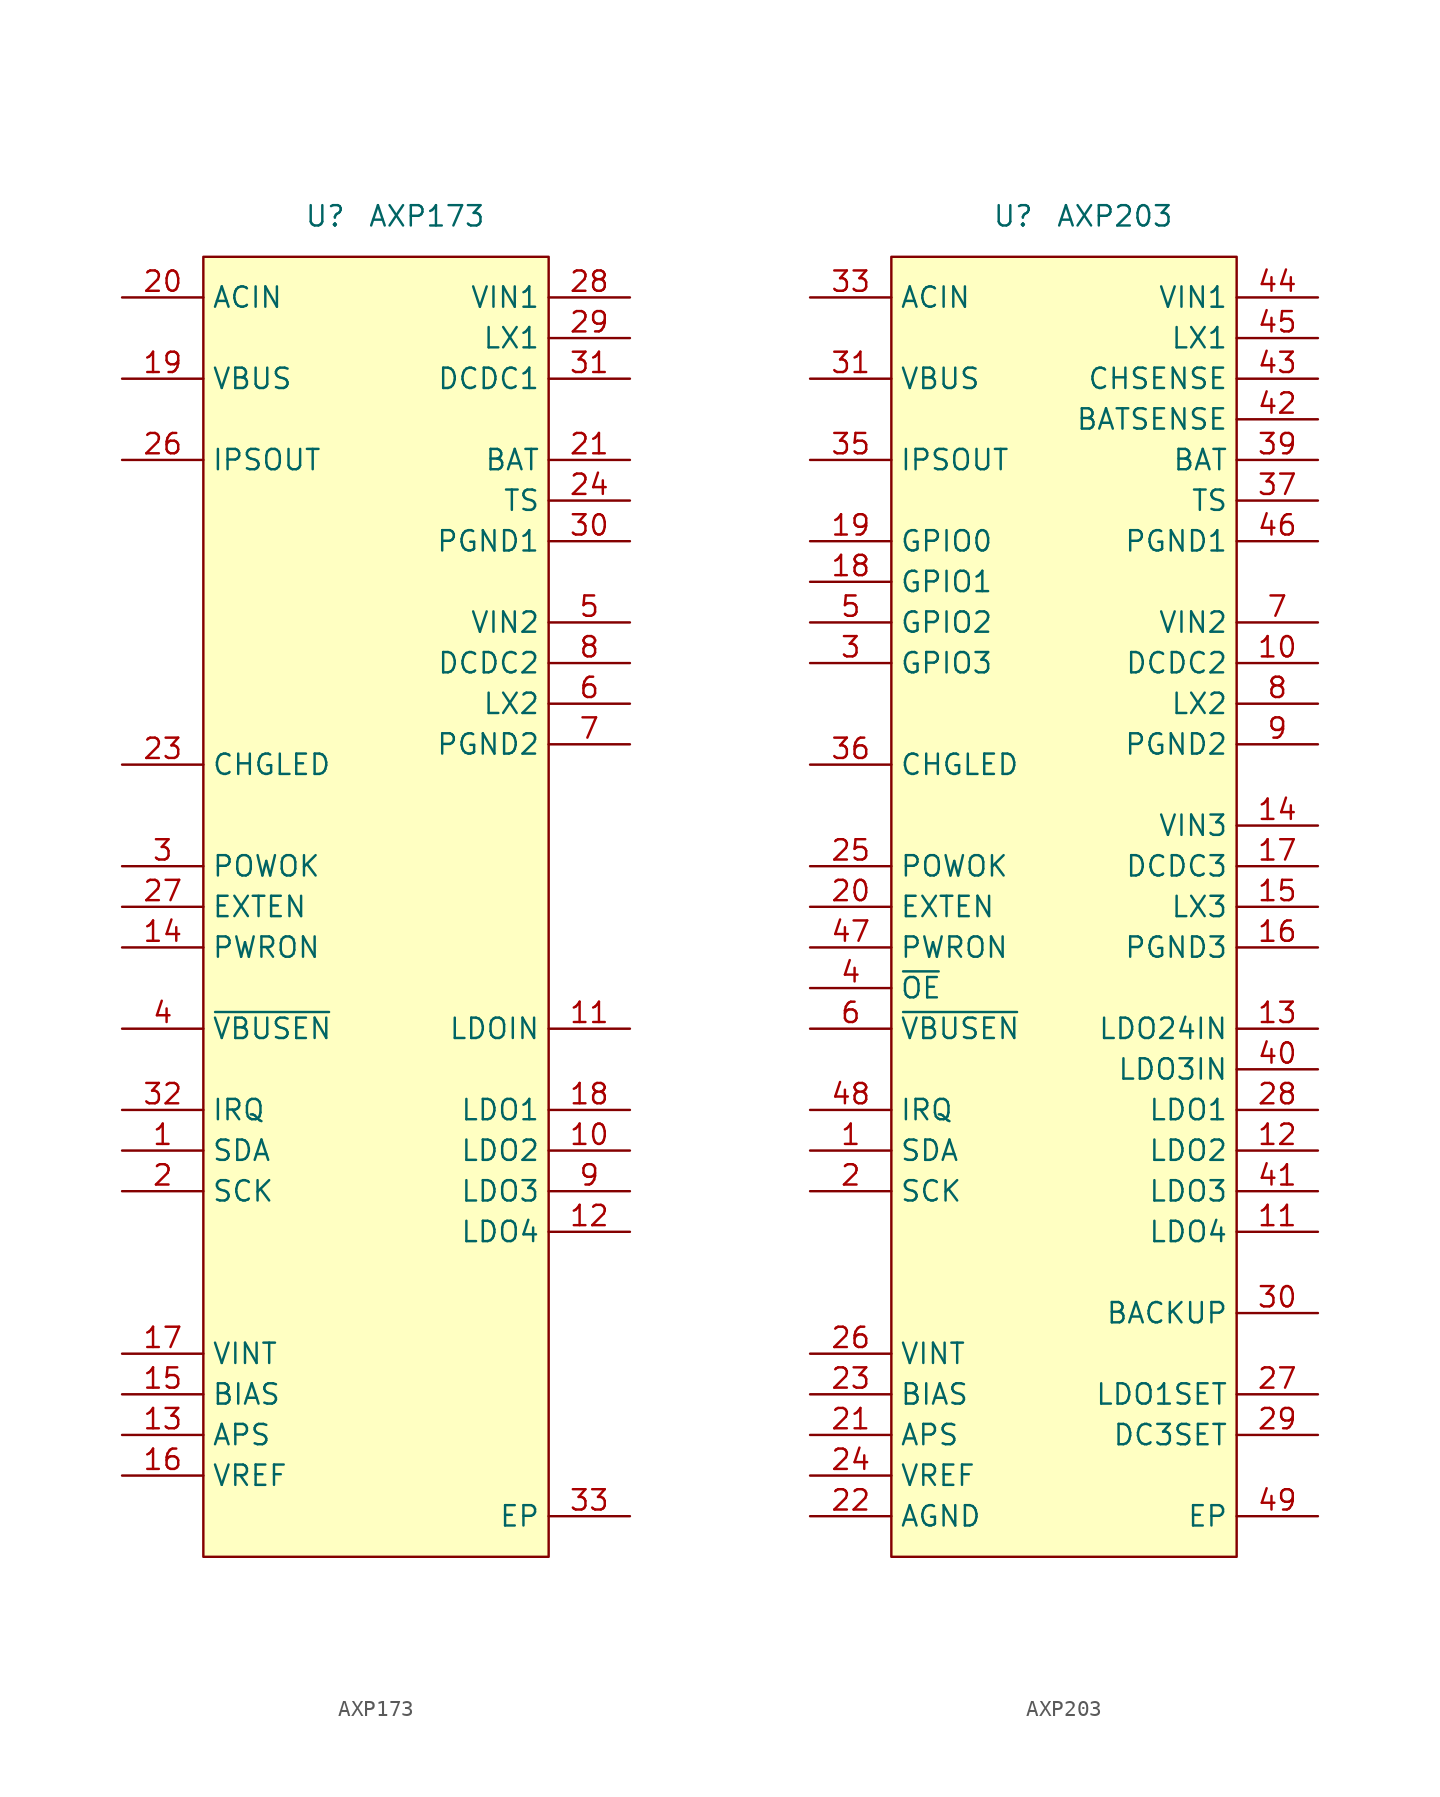
<source format=kicad_sym>
(kicad_symbol_lib
  (version 20210619)
  (generator kicad_symbol_editor)
  (symbol "xpowers:AXP173"
    (property "Reference" "U"
      (at -2.54 2.54 0)
      (effects (font (size 1.27 1.27))))
    (property "Value" "AXP173"
      (at 3.81 2.54 0)
      (effects (font (size 1.27 1.27))))
    (symbol "AXP173_0_1"
      (rectangle (start -10.16 0) (end 11.43 -81.28) (stroke (width 0.152)) (fill (type background))))
    (symbol "AXP173_1_0"
      (pin passive line (at -15.24 -55.88 0) (length 5.08) (name "SDA" (effects (font (size 1.27 1.27)))) (number "1" (effects (font (size 1.27 1.27)))))
      (pin passive line (at 16.51 -55.88 180) (length 5.08) (name "LDO2" (effects (font (size 1.27 1.27)))) (number "10" (effects (font (size 1.27 1.27)))))
      (pin passive line (at 16.51 -48.26 180) (length 5.08) (name "LDOIN" (effects (font (size 1.27 1.27)))) (number "11" (effects (font (size 1.27 1.27)))))
      (pin passive line (at 16.51 -60.96 180) (length 5.08) (name "LDO4" (effects (font (size 1.27 1.27)))) (number "12" (effects (font (size 1.27 1.27)))))
      (pin passive line (at -15.24 -73.66 0) (length 5.08) (name "APS" (effects (font (size 1.27 1.27)))) (number "13" (effects (font (size 1.27 1.27)))))
      (pin passive line (at -15.24 -43.18 0) (length 5.08) (name "PWRON" (effects (font (size 1.27 1.27)))) (number "14" (effects (font (size 1.27 1.27)))))
      (pin passive line (at -15.24 -71.12 0) (length 5.08) (name "BIAS" (effects (font (size 1.27 1.27)))) (number "15" (effects (font (size 1.27 1.27)))))
      (pin passive line (at -15.24 -76.2 0) (length 5.08) (name "VREF" (effects (font (size 1.27 1.27)))) (number "16" (effects (font (size 1.27 1.27)))))
      (pin passive line (at -15.24 -68.58 0) (length 5.08) (name "VINT" (effects (font (size 1.27 1.27)))) (number "17" (effects (font (size 1.27 1.27)))))
      (pin passive line (at 16.51 -53.34 180) (length 5.08) (name "LDO1" (effects (font (size 1.27 1.27)))) (number "18" (effects (font (size 1.27 1.27)))))
      (pin passive line (at -15.24 -7.62 0) (length 5.08) (name "VBUS" (effects (font (size 1.27 1.27)))) (number "19" (effects (font (size 1.27 1.27)))))
      (pin passive line (at -15.24 -58.42 0) (length 5.08) (name "SCK" (effects (font (size 1.27 1.27)))) (number "2" (effects (font (size 1.27 1.27)))))
      (pin passive line (at -15.24 -2.54 0) (length 5.08) (name "ACIN" (effects (font (size 1.27 1.27)))) (number "20" (effects (font (size 1.27 1.27)))))
      (pin passive line (at 16.51 -12.7 180) (length 5.08) (name "BAT" (effects (font (size 1.27 1.27)))) (number "21" (effects (font (size 1.27 1.27)))))
      (pin passive line (at 16.51 -12.7 180) (length 5.08) hide (name "BAT" (effects (font (size 1.27 1.27)))) (number "22" (effects (font (size 1.27 1.27)))))
      (pin passive line (at -15.24 -31.75 0) (length 5.08) (name "CHGLED" (effects (font (size 1.27 1.27)))) (number "23" (effects (font (size 1.27 1.27)))))
      (pin passive line (at 16.51 -15.24 180) (length 5.08) (name "TS" (effects (font (size 1.27 1.27)))) (number "24" (effects (font (size 1.27 1.27)))))
      (pin passive line (at -15.24 -12.7 0) (length 5.08) hide (name "IPSOUT" (effects (font (size 1.27 1.27)))) (number "25" (effects (font (size 1.27 1.27)))))
      (pin passive line (at -15.24 -12.7 0) (length 5.08) (name "IPSOUT" (effects (font (size 1.27 1.27)))) (number "26" (effects (font (size 1.27 1.27)))))
      (pin passive line (at -15.24 -40.64 0) (length 5.08) (name "EXTEN" (effects (font (size 1.27 1.27)))) (number "27" (effects (font (size 1.27 1.27)))))
      (pin passive line (at 16.51 -2.54 180) (length 5.08) (name "VIN1" (effects (font (size 1.27 1.27)))) (number "28" (effects (font (size 1.27 1.27)))))
      (pin passive line (at 16.51 -5.08 180) (length 5.08) (name "LX1" (effects (font (size 1.27 1.27)))) (number "29" (effects (font (size 1.27 1.27)))))
      (pin passive line (at -15.24 -38.1 0) (length 5.08) (name "POWOK" (effects (font (size 1.27 1.27)))) (number "3" (effects (font (size 1.27 1.27)))))
      (pin passive line (at 16.51 -17.78 180) (length 5.08) (name "PGND1" (effects (font (size 1.27 1.27)))) (number "30" (effects (font (size 1.27 1.27)))))
      (pin passive line (at 16.51 -7.62 180) (length 5.08) (name "DCDC1" (effects (font (size 1.27 1.27)))) (number "31" (effects (font (size 1.27 1.27)))))
      (pin passive line (at -15.24 -53.34 0) (length 5.08) (name "IRQ" (effects (font (size 1.27 1.27)))) (number "32" (effects (font (size 1.27 1.27)))))
      (pin passive line (at 16.51 -78.74 180) (length 5.08) (name "EP" (effects (font (size 1.27 1.27)))) (number "33" (effects (font (size 1.27 1.27)))))
      (pin passive line (at -15.24 -48.26 0) (length 5.08) (name "~{VBUSEN}" (effects (font (size 1.27 1.27)))) (number "4" (effects (font (size 1.27 1.27)))))
      (pin passive line (at 16.51 -22.86 180) (length 5.08) (name "VIN2" (effects (font (size 1.27 1.27)))) (number "5" (effects (font (size 1.27 1.27)))))
      (pin passive line (at 16.51 -27.94 180) (length 5.08) (name "LX2" (effects (font (size 1.27 1.27)))) (number "6" (effects (font (size 1.27 1.27)))))
      (pin passive line (at 16.51 -30.48 180) (length 5.08) (name "PGND2" (effects (font (size 1.27 1.27)))) (number "7" (effects (font (size 1.27 1.27)))))
      (pin passive line (at 16.51 -25.4 180) (length 5.08) (name "DCDC2" (effects (font (size 1.27 1.27)))) (number "8" (effects (font (size 1.27 1.27)))))
      (pin passive line (at 16.51 -58.42 180) (length 5.08) (name "LDO3" (effects (font (size 1.27 1.27)))) (number "9" (effects (font (size 1.27 1.27)))))))
  (symbol "xpowers:AXP203"
    (property "Reference" "U"
      (at -2.54 2.54 0)
      (effects (font (size 1.27 1.27))))
    (property "Value" "AXP203"
      (at 3.81 2.54 0)
      (effects (font (size 1.27 1.27))))
    (symbol "AXP203_0_1"
      (rectangle (start -10.16 0) (end 11.43 -81.28) (stroke (width 0.152)) (fill (type background))))
    (symbol "AXP203_1_0"
      (pin passive line (at -15.24 -55.88 0) (length 5.08) (name "SDA" (effects (font (size 1.27 1.27)))) (number "1" (effects (font (size 1.27 1.27)))))
      (pin passive line (at 16.51 -25.4 180) (length 5.08) (name "DCDC2" (effects (font (size 1.27 1.27)))) (number "10" (effects (font (size 1.27 1.27)))))
      (pin passive line (at 16.51 -60.96 180) (length 5.08) (name "LDO4" (effects (font (size 1.27 1.27)))) (number "11" (effects (font (size 1.27 1.27)))))
      (pin passive line (at 16.51 -55.88 180) (length 5.08) (name "LDO2" (effects (font (size 1.27 1.27)))) (number "12" (effects (font (size 1.27 1.27)))))
      (pin passive line (at 16.51 -48.26 180) (length 5.08) (name "LDO24IN" (effects (font (size 1.27 1.27)))) (number "13" (effects (font (size 1.27 1.27)))))
      (pin passive line (at 16.51 -35.56 180) (length 5.08) (name "VIN3" (effects (font (size 1.27 1.27)))) (number "14" (effects (font (size 1.27 1.27)))))
      (pin passive line (at 16.51 -40.64 180) (length 5.08) (name "LX3" (effects (font (size 1.27 1.27)))) (number "15" (effects (font (size 1.27 1.27)))))
      (pin passive line (at 16.51 -43.18 180) (length 5.08) (name "PGND3" (effects (font (size 1.27 1.27)))) (number "16" (effects (font (size 1.27 1.27)))))
      (pin passive line (at 16.51 -38.1 180) (length 5.08) (name "DCDC3" (effects (font (size 1.27 1.27)))) (number "17" (effects (font (size 1.27 1.27)))))
      (pin passive line (at -15.24 -20.32 0) (length 5.08) (name "GPIO1" (effects (font (size 1.27 1.27)))) (number "18" (effects (font (size 1.27 1.27)))))
      (pin passive line (at -15.24 -17.78 0) (length 5.08) (name "GPIO0" (effects (font (size 1.27 1.27)))) (number "19" (effects (font (size 1.27 1.27)))))
      (pin passive line (at -15.24 -58.42 0) (length 5.08) (name "SCK" (effects (font (size 1.27 1.27)))) (number "2" (effects (font (size 1.27 1.27)))))
      (pin passive line (at -15.24 -40.64 0) (length 5.08) (name "EXTEN" (effects (font (size 1.27 1.27)))) (number "20" (effects (font (size 1.27 1.27)))))
      (pin passive line (at -15.24 -73.66 0) (length 5.08) (name "APS" (effects (font (size 1.27 1.27)))) (number "21" (effects (font (size 1.27 1.27)))))
      (pin passive line (at -15.24 -78.74 0) (length 5.08) (name "AGND" (effects (font (size 1.27 1.27)))) (number "22" (effects (font (size 1.27 1.27)))))
      (pin passive line (at -15.24 -71.12 0) (length 5.08) (name "BIAS" (effects (font (size 1.27 1.27)))) (number "23" (effects (font (size 1.27 1.27)))))
      (pin passive line (at -15.24 -76.2 0) (length 5.08) (name "VREF" (effects (font (size 1.27 1.27)))) (number "24" (effects (font (size 1.27 1.27)))))
      (pin passive line (at -15.24 -38.1 0) (length 5.08) (name "POWOK" (effects (font (size 1.27 1.27)))) (number "25" (effects (font (size 1.27 1.27)))))
      (pin passive line (at -15.24 -68.58 0) (length 5.08) (name "VINT" (effects (font (size 1.27 1.27)))) (number "26" (effects (font (size 1.27 1.27)))))
      (pin passive line (at 16.51 -71.12 180) (length 5.08) (name "LDO1SET" (effects (font (size 1.27 1.27)))) (number "27" (effects (font (size 1.27 1.27)))))
      (pin passive line (at 16.51 -53.34 180) (length 5.08) (name "LDO1" (effects (font (size 1.27 1.27)))) (number "28" (effects (font (size 1.27 1.27)))))
      (pin passive line (at 16.51 -73.66 180) (length 5.08) (name "DC3SET" (effects (font (size 1.27 1.27)))) (number "29" (effects (font (size 1.27 1.27)))))
      (pin passive line (at -15.24 -25.4 0) (length 5.08) (name "GPIO3" (effects (font (size 1.27 1.27)))) (number "3" (effects (font (size 1.27 1.27)))))
      (pin passive line (at 16.51 -66.04 180) (length 5.08) (name "BACKUP" (effects (font (size 1.27 1.27)))) (number "30" (effects (font (size 1.27 1.27)))))
      (pin passive line (at -15.24 -7.62 0) (length 5.08) (name "VBUS" (effects (font (size 1.27 1.27)))) (number "31" (effects (font (size 1.27 1.27)))))
      (pin passive line (at -15.24 -2.54 0) (length 5.08) hide (name "ACIN" (effects (font (size 1.27 1.27)))) (number "32" (effects (font (size 1.27 1.27)))))
      (pin passive line (at -15.24 -2.54 0) (length 5.08) (name "ACIN" (effects (font (size 1.27 1.27)))) (number "33" (effects (font (size 1.27 1.27)))))
      (pin passive line (at -15.24 -12.7 0) (length 5.08) hide (name "IPSOUT" (effects (font (size 1.27 1.27)))) (number "34" (effects (font (size 1.27 1.27)))))
      (pin passive line (at -15.24 -12.7 0) (length 5.08) (name "IPSOUT" (effects (font (size 1.27 1.27)))) (number "35" (effects (font (size 1.27 1.27)))))
      (pin passive line (at -15.24 -31.75 0) (length 5.08) (name "CHGLED" (effects (font (size 1.27 1.27)))) (number "36" (effects (font (size 1.27 1.27)))))
      (pin passive line (at 16.51 -15.24 180) (length 5.08) (name "TS" (effects (font (size 1.27 1.27)))) (number "37" (effects (font (size 1.27 1.27)))))
      (pin passive line (at 16.51 -12.7 180) (length 5.08) hide (name "BAT" (effects (font (size 1.27 1.27)))) (number "38" (effects (font (size 1.27 1.27)))))
      (pin passive line (at 16.51 -12.7 180) (length 5.08) (name "BAT" (effects (font (size 1.27 1.27)))) (number "39" (effects (font (size 1.27 1.27)))))
      (pin passive line (at -15.24 -45.72 0) (length 5.08) (name "~{OE}" (effects (font (size 1.27 1.27)))) (number "4" (effects (font (size 1.27 1.27)))))
      (pin passive line (at 16.51 -50.8 180) (length 5.08) (name "LDO3IN" (effects (font (size 1.27 1.27)))) (number "40" (effects (font (size 1.27 1.27)))))
      (pin passive line (at 16.51 -58.42 180) (length 5.08) (name "LDO3" (effects (font (size 1.27 1.27)))) (number "41" (effects (font (size 1.27 1.27)))))
      (pin passive line (at 16.51 -10.16 180) (length 5.08) (name "BATSENSE" (effects (font (size 1.27 1.27)))) (number "42" (effects (font (size 1.27 1.27)))))
      (pin passive line (at 16.51 -7.62 180) (length 5.08) (name "CHSENSE" (effects (font (size 1.27 1.27)))) (number "43" (effects (font (size 1.27 1.27)))))
      (pin passive line (at 16.51 -2.54 180) (length 5.08) (name "VIN1" (effects (font (size 1.27 1.27)))) (number "44" (effects (font (size 1.27 1.27)))))
      (pin passive line (at 16.51 -5.08 180) (length 5.08) (name "LX1" (effects (font (size 1.27 1.27)))) (number "45" (effects (font (size 1.27 1.27)))))
      (pin passive line (at 16.51 -17.78 180) (length 5.08) (name "PGND1" (effects (font (size 1.27 1.27)))) (number "46" (effects (font (size 1.27 1.27)))))
      (pin passive line (at -15.24 -43.18 0) (length 5.08) (name "PWRON" (effects (font (size 1.27 1.27)))) (number "47" (effects (font (size 1.27 1.27)))))
      (pin passive line (at -15.24 -53.34 0) (length 5.08) (name "IRQ" (effects (font (size 1.27 1.27)))) (number "48" (effects (font (size 1.27 1.27)))))
      (pin passive line (at 16.51 -78.74 180) (length 5.08) (name "EP" (effects (font (size 1.27 1.27)))) (number "49" (effects (font (size 1.27 1.27)))))
      (pin passive line (at -15.24 -22.86 0) (length 5.08) (name "GPIO2" (effects (font (size 1.27 1.27)))) (number "5" (effects (font (size 1.27 1.27)))))
      (pin passive line (at -15.24 -48.26 0) (length 5.08) (name "~{VBUSEN}" (effects (font (size 1.27 1.27)))) (number "6" (effects (font (size 1.27 1.27)))))
      (pin passive line (at 16.51 -22.86 180) (length 5.08) (name "VIN2" (effects (font (size 1.27 1.27)))) (number "7" (effects (font (size 1.27 1.27)))))
      (pin passive line (at 16.51 -27.94 180) (length 5.08) (name "LX2" (effects (font (size 1.27 1.27)))) (number "8" (effects (font (size 1.27 1.27)))))
      (pin passive line (at 16.51 -30.48 180) (length 5.08) (name "PGND2" (effects (font (size 1.27 1.27)))) (number "9" (effects (font (size 1.27 1.27))))))))
</source>
